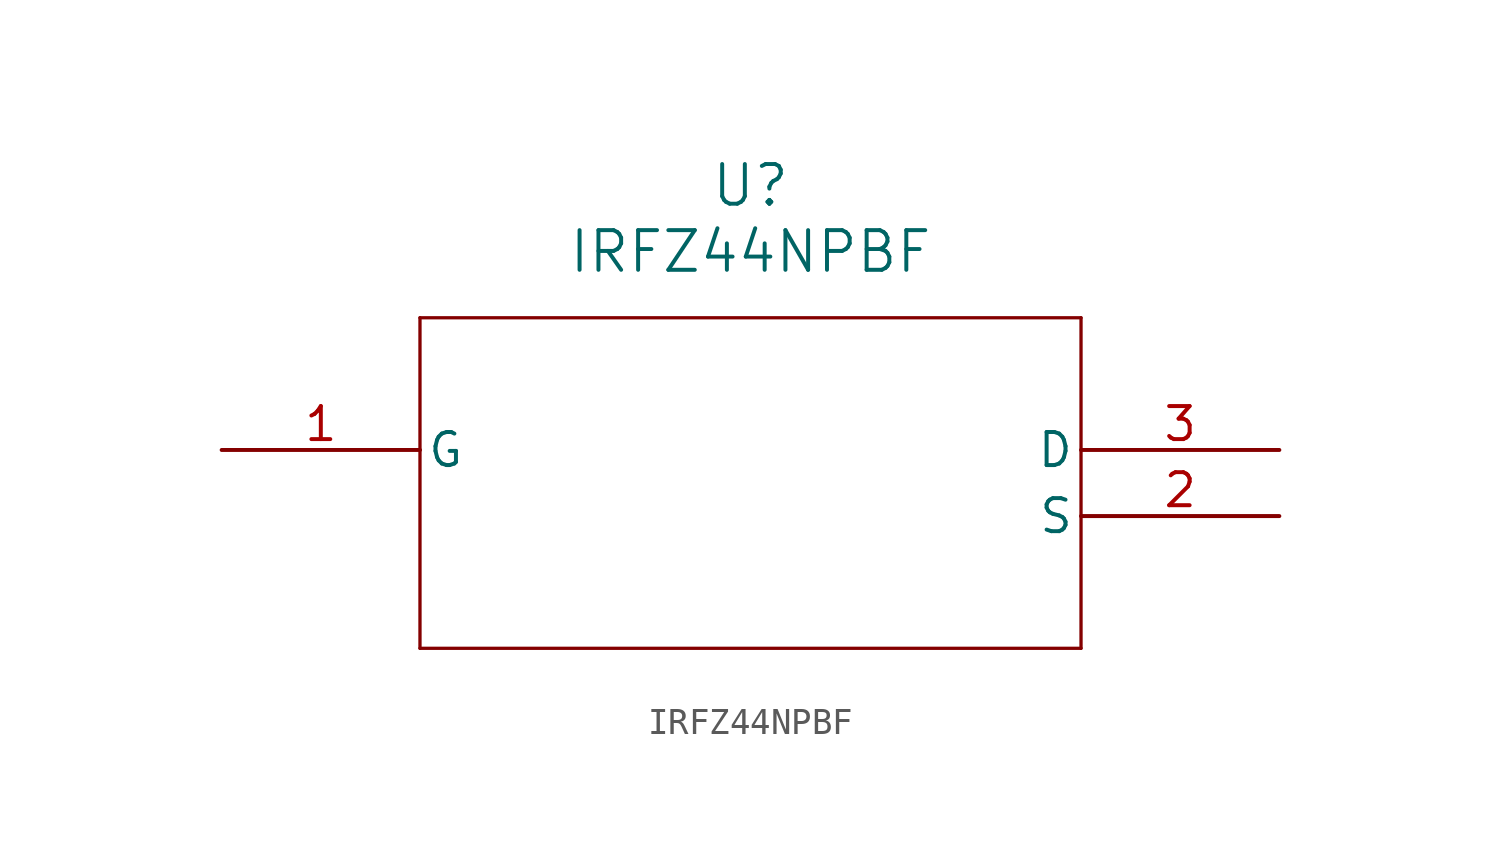
<source format=kicad_sym>
(kicad_symbol_lib
  (version 20211014)
  (generator kicad_symbol_editor)
  (symbol "IRFZ44NPBF"
    (pin_names
      (offset 0.254))
    (property "Reference" "U"
      (at 20.32 10.16 0)
      (effects (font (size 1.524 1.524))))
    (property "Value" "IRFZ44NPBF"
      (at 20.32 7.62 0)
      (effects (font (size 1.524 1.524))))
    (symbol "IRFZ44NPBF_0_1"
      (polyline (pts (xy 7.62 5.08) (xy 7.62 -7.62)) (stroke (width 0.127) (type default) (color 0 0 0 0)) (fill (type none)))
      (polyline (pts (xy 7.62 -7.62) (xy 33.02 -7.62)) (stroke (width 0.127) (type default) (color 0 0 0 0)) (fill (type none)))
      (polyline (pts (xy 33.02 -7.62) (xy 33.02 5.08)) (stroke (width 0.127) (type default) (color 0 0 0 0)) (fill (type none)))
      (polyline (pts (xy 33.02 5.08) (xy 7.62 5.08)) (stroke (width 0.127) (type default) (color 0 0 0 0)) (fill (type none)))
      (pin unspecified line (at 0 0 0) (length 7.62) (name "G" (effects (font (size 1.27 1.27)))) (number "1" (effects (font (size 1.27 1.27)))))
      (pin unspecified line (at 40.64 -2.54 180) (length 7.62) (name "S" (effects (font (size 1.27 1.27)))) (number "2" (effects (font (size 1.27 1.27)))))
      (pin unspecified line (at 40.64 0 180) (length 7.62) (name "D" (effects (font (size 1.27 1.27)))) (number "3" (effects (font (size 1.27 1.27))))))))
</source>
